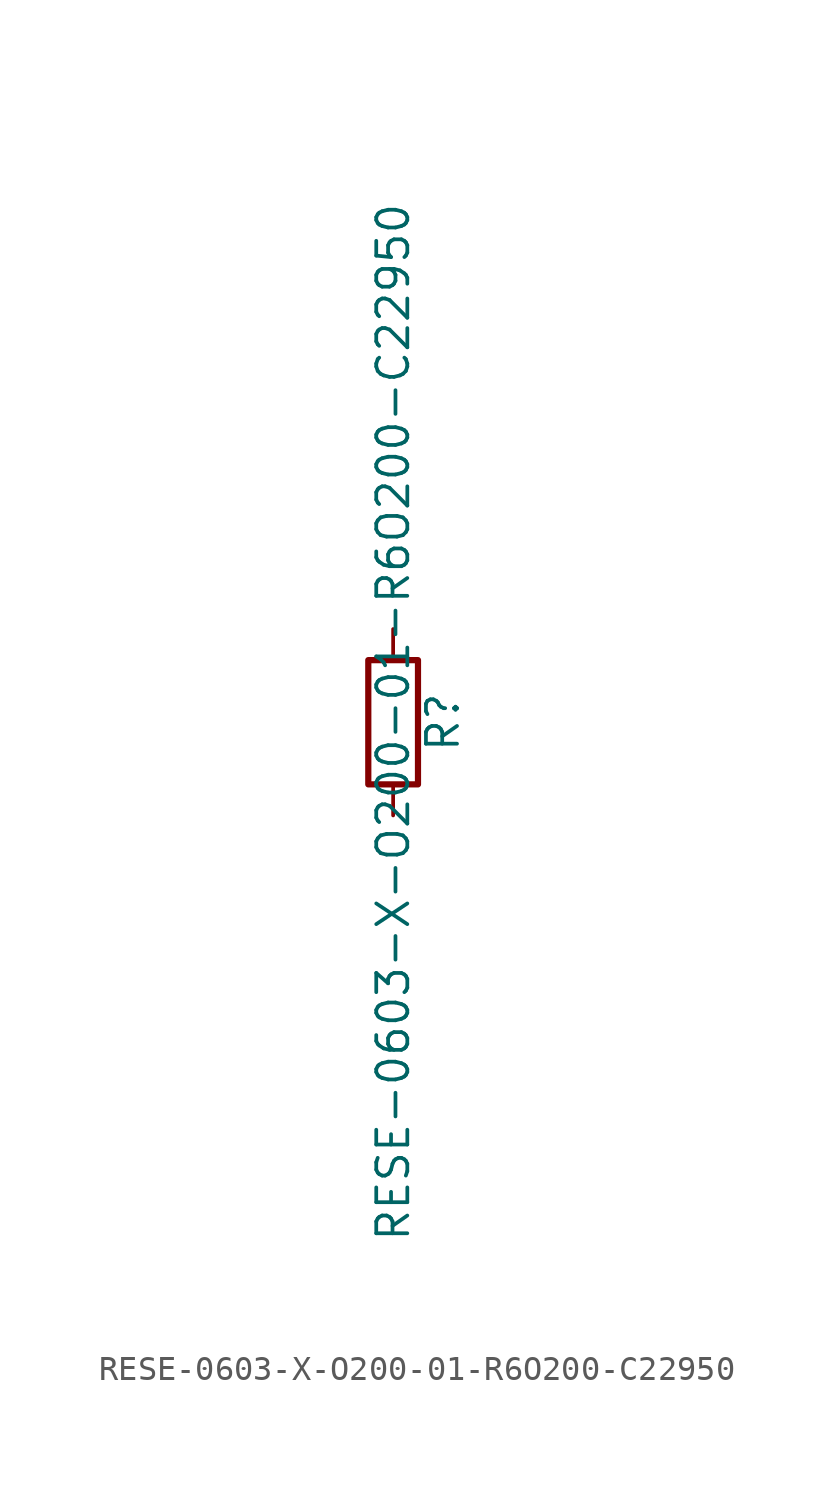
<source format=kicad_sym>
(kicad_symbol_lib
  (version 20211014)
  (generator kicad_symbol_editor)
  (symbol "RESE-0603-X-O200-01-R6O200-C22950"
    (pin_numbers hide)
    (pin_names
      (offset 0))
    (property "Reference" "R"
      (at 2.032 0 90)
      (effects (font (size 1.27 1.27))))
    (property "Value" "RESE-0603-X-O200-01-R6O200-C22950"
      (at 0 0 90)
      (effects (font (size 1.27 1.27))))
    (symbol "RESE-0603-X-O200-01-R6O200-C22950_0_1"
      (rectangle (start -1.016 -2.54) (end 1.016 2.54) (stroke (width 0.254) (type default) (color 0 0 0 0)) (fill (type none))))
    (symbol "RESE-0603-X-O200-01-R6O200-C22950_1_1"
      (pin passive line (at 0 3.81 270) (length 1.27) (name "~" (effects (font (size 1.27 1.27)))) (number "1" (effects (font (size 1.27 1.27)))))
      (pin passive line (at 0 -3.81 90) (length 1.27) (name "~" (effects (font (size 1.27 1.27)))) (number "2" (effects (font (size 1.27 1.27))))))))
</source>
